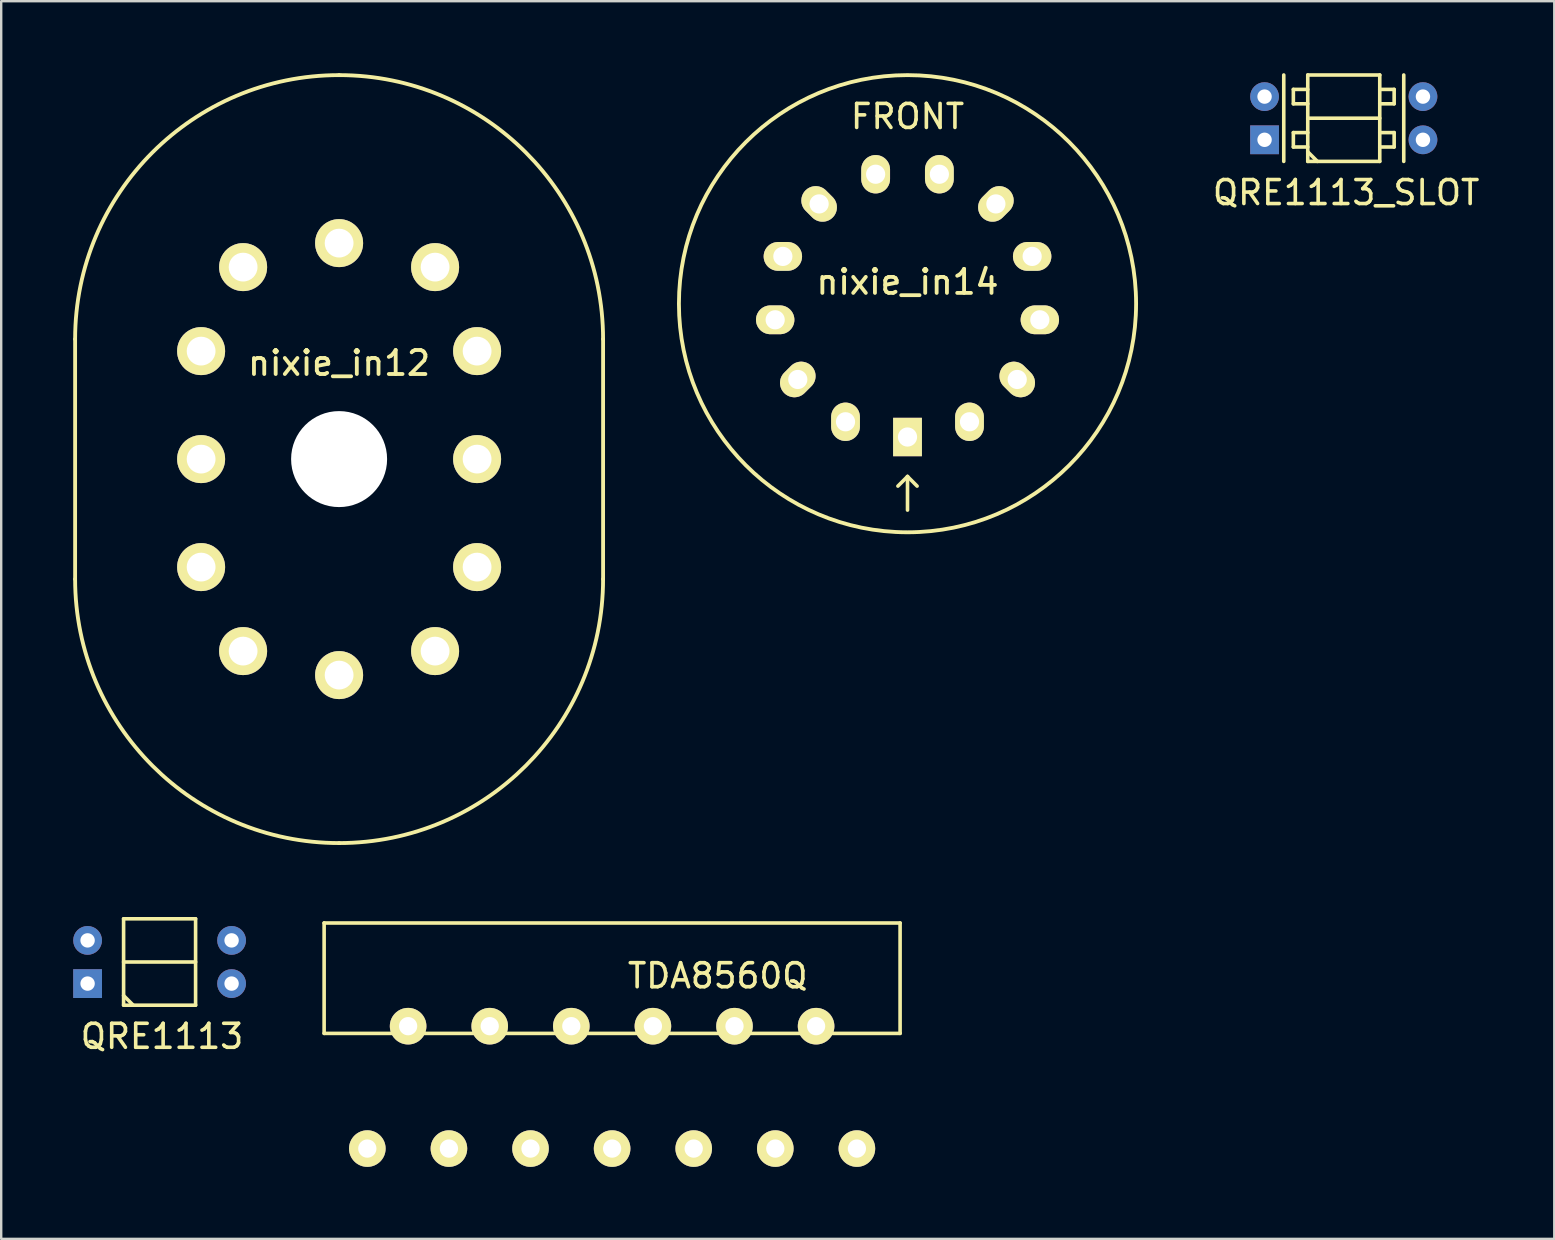
<source format=kicad_pcb>
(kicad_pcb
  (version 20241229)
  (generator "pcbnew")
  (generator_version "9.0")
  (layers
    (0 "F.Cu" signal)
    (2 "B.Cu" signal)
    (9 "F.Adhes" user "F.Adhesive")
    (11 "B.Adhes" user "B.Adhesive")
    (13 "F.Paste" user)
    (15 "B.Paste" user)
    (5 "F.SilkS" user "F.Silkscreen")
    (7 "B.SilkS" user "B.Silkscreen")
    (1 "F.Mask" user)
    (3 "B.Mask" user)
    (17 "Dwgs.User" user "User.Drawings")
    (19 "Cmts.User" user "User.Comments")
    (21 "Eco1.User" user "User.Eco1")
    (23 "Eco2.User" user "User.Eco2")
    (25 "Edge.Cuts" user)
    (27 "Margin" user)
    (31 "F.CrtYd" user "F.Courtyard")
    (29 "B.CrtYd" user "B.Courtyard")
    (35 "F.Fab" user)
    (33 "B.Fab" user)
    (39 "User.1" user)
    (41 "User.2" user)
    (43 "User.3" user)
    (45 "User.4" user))
  (footprint "nixie_in14"
    (layer "F.Cu")
    (at 34.765 9.605)
    (property "Reference" "nixie_in14" (at 0 -0.905 0) (layer "F.SilkS") (effects (font (size 1 1) (thickness 0.16))))
    (attr through_hole)
    (fp_line (start 0 7.2) (end -0.4 7.6) (stroke (width 0.15) (type solid)) (layer "F.SilkS"))
    (fp_line (start 0 7.2) (end 0.4 7.6) (stroke (width 0.15) (type solid)) (layer "F.SilkS"))
    (fp_line (start 0 8.6) (end 0 7.2) (stroke (width 0.15) (type solid)) (layer "F.SilkS"))
    (fp_circle (center 0 0) (end 9.525 0) (stroke (width 0.16) (type solid)) (fill no) (layer "F.SilkS"))
    (fp_text user "FRONT" (at 0 -7.8 0) (layer "F.SilkS") (effects (font (size 1 1) (thickness 0.15))))
    (pad "1" thru_hole rect (at 0 5.555) (size 1.2 1.6) (drill 0.8) (layers "*.Cu" "*.Mask" "F.SilkS"))
    (pad "2" thru_hole oval (at 2.583 4.92) (size 1.2 1.6) (drill 0.8) (layers "*.Cu" "*.Mask" "F.SilkS"))
    (pad "3" thru_hole oval (at 4.572 3.157 45) (size 1.2 1.6) (drill 0.8) (layers "*.Cu" "*.Mask" "F.SilkS"))
    (pad "4" thru_hole oval (at 5.514 0.671 90) (size 1.2 1.6) (drill 0.8) (layers "*.Cu" "*.Mask" "F.SilkS"))
    (pad "5" thru_hole oval (at 5.194 -1.971 90) (size 1.2 1.6) (drill 0.8) (layers "*.Cu" "*.Mask" "F.SilkS"))
    (pad "6" thru_hole oval (at 3.683 -4.158 135) (size 1.2 1.6) (drill 0.8) (layers "*.Cu" "*.Mask" "F.SilkS"))
    (pad "7" thru_hole oval (at 1.328 -5.395) (size 1.2 1.6) (drill 0.8) (layers "*.Cu" "*.Mask" "F.SilkS"))
    (pad "8" thru_hole oval (at -1.328 -5.395) (size 1.2 1.6) (drill 0.8) (layers "*.Cu" "*.Mask" "F.SilkS"))
    (pad "9" thru_hole oval (at -3.683 -4.158 45) (size 1.2 1.6) (drill 0.8) (layers "*.Cu" "*.Mask" "F.SilkS"))
    (pad "10" thru_hole oval (at -5.194 -1.971 90) (size 1.2 1.6) (drill 0.8) (layers "*.Cu" "*.Mask" "F.SilkS"))
    (pad "11" thru_hole oval (at -5.514 0.671 90) (size 1.2 1.6) (drill 0.8) (layers "*.Cu" "*.Mask" "F.SilkS"))
    (pad "12" thru_hole oval (at -4.572 3.157 135) (size 1.2 1.6) (drill 0.8) (layers "*.Cu" "*.Mask" "F.SilkS"))
    (pad "13" thru_hole oval (at -2.583 4.92) (size 1.2 1.6) (drill 0.8) (layers "*.Cu" "*.Mask" "F.SilkS")))
  (footprint "QRE1113_SLOT"
    (layer "F.Cu")
    (at 52.943 1.875)
    (property "Reference" "QRE1113_SLOT" (at 0.1 3.1 0) (layer "F.SilkS") (effects (font (size 1 1) (thickness 0.15))))
    (attr through_hole)
    (fp_line (start -2.5 -1.8) (end -2.5 1.8) (stroke (width 0.15) (type solid)) (layer "F.SilkS"))
    (fp_line (start -2.1 -1.2) (end -2.1 -0.6) (stroke (width 0.15) (type solid)) (layer "F.SilkS"))
    (fp_line (start -2.1 -0.6) (end -1.5 -0.6) (stroke (width 0.15) (type solid)) (layer "F.SilkS"))
    (fp_line (start -2.1 0.6) (end -2.1 1.2) (stroke (width 0.15) (type solid)) (layer "F.SilkS"))
    (fp_line (start -2.1 1.2) (end -1.5 1.2) (stroke (width 0.15) (type solid)) (layer "F.SilkS"))
    (fp_line (start -1.5 -1.8) (end -1.5 1.8) (stroke (width 0.15) (type solid)) (layer "F.SilkS"))
    (fp_line (start -1.5 -1.2) (end -2.1 -1.2) (stroke (width 0.15) (type solid)) (layer "F.SilkS"))
    (fp_line (start -1.5 0) (end 1.5 0) (stroke (width 0.15) (type solid)) (layer "F.SilkS"))
    (fp_line (start -1.5 0.6) (end -2.1 0.6) (stroke (width 0.15) (type solid)) (layer "F.SilkS"))
    (fp_line (start -1.5 1.4) (end -1.1 1.8) (stroke (width 0.15) (type solid)) (layer "F.SilkS"))
    (fp_line (start -1.5 1.8) (end 1.5 1.8) (stroke (width 0.15) (type solid)) (layer "F.SilkS"))
    (fp_line (start 1.5 -1.8) (end -1.5 -1.8) (stroke (width 0.15) (type solid)) (layer "F.SilkS"))
    (fp_line (start 1.5 -1.2) (end 2.1 -1.2) (stroke (width 0.15) (type solid)) (layer "F.SilkS"))
    (fp_line (start 1.5 0.6) (end 2.1 0.6) (stroke (width 0.15) (type solid)) (layer "F.SilkS"))
    (fp_line (start 1.5 1.8) (end 1.5 -1.8) (stroke (width 0.15) (type solid)) (layer "F.SilkS"))
    (fp_line (start 2.1 -1.2) (end 2.1 -0.6) (stroke (width 0.15) (type solid)) (layer "F.SilkS"))
    (fp_line (start 2.1 -0.6) (end 1.5 -0.6) (stroke (width 0.15) (type solid)) (layer "F.SilkS"))
    (fp_line (start 2.1 0.6) (end 2.1 1.2) (stroke (width 0.15) (type solid)) (layer "F.SilkS"))
    (fp_line (start 2.1 1.2) (end 1.5 1.2) (stroke (width 0.15) (type solid)) (layer "F.SilkS"))
    (fp_line (start 2.5 -1.8) (end 2.5 1.8) (stroke (width 0.15) (type solid)) (layer "F.SilkS"))
    (pad "1" thru_hole rect (at -3.3 0.9) (size 1.2 1.2) (drill 0.6) (layers "*.Cu" "*.Mask"))
    (pad "2" thru_hole circle (at 3.3 0.9) (size 1.2 1.2) (drill 0.6) (layers "*.Cu" "*.Mask"))
    (pad "3" thru_hole circle (at 3.3 -0.9) (size 1.2 1.2) (drill 0.6) (layers "*.Cu" "*.Mask"))
    (pad "4" thru_hole circle (at -3.3 -0.9) (size 1.2 1.2) (drill 0.6) (layers "*.Cu" "*.Mask")))
  (footprint "QRE1113"
    (layer "F.Cu")
    (at 1.1 37.935)
    (property "Reference" "QRE1113" (at 2.6 2.2 0) (layer "F.SilkS") (effects (font (size 1 1) (thickness 0.15))))
    (attr through_hole)
    (fp_line (start 1 -2.7) (end 1 0.9) (stroke (width 0.15) (type solid)) (layer "F.SilkS"))
    (fp_line (start 1 -0.9) (end 4 -0.9) (stroke (width 0.15) (type solid)) (layer "F.SilkS"))
    (fp_line (start 1 0.5) (end 1.4 0.9) (stroke (width 0.15) (type solid)) (layer "F.SilkS"))
    (fp_line (start 1 0.9) (end 4 0.9) (stroke (width 0.15) (type solid)) (layer "F.SilkS"))
    (fp_line (start 4 -2.7) (end 1 -2.7) (stroke (width 0.15) (type solid)) (layer "F.SilkS"))
    (fp_line (start 4 0.9) (end 4 -2.7) (stroke (width 0.15) (type solid)) (layer "F.SilkS"))
    (pad "1" thru_hole rect (at -0.5 0) (size 1.2 1.2) (drill 0.6) (layers "*.Cu" "*.Mask"))
    (pad "2" thru_hole circle (at 5.5 0) (size 1.2 1.2) (drill 0.6) (layers "*.Cu" "*.Mask"))
    (pad "3" thru_hole circle (at 5.5 -1.8) (size 1.2 1.2) (drill 0.6) (layers "*.Cu" "*.Mask"))
    (pad "4" thru_hole circle (at -0.5 -1.8) (size 1.2 1.2) (drill 0.6) (layers "*.Cu" "*.Mask")))
  (footprint "TDA8560Q"
    (layer "F.Cu")
    (at 10.456 35.41)
    (property "Reference" "TDA8560Q" (at 16.4 2.2 0) (layer "F.SilkS") (effects (font (size 1 1) (thickness 0.15))))
    (attr through_hole)
    (fp_line (start 0 0) (end 0 4.6) (stroke (width 0.15) (type solid)) (layer "F.SilkS"))
    (fp_line (start 0 4.6) (end 24 4.6) (stroke (width 0.15) (type solid)) (layer "F.SilkS"))
    (fp_line (start 24 0) (end 0 0) (stroke (width 0.15) (type solid)) (layer "F.SilkS"))
    (fp_line (start 24 4.6) (end 24 0) (stroke (width 0.15) (type solid)) (layer "F.SilkS"))
    (pad "1" thru_hole circle (at 1.8 9.4) (size 1.524 1.524) (drill 0.762) (layers "*.Cu" "*.Mask" "F.SilkS"))
    (pad "2" thru_hole circle (at 3.5 4.3) (size 1.524 1.524) (drill 0.762) (layers "*.Cu" "*.Mask" "F.SilkS"))
    (pad "3" thru_hole circle (at 5.2 9.4) (size 1.524 1.524) (drill 0.762) (layers "*.Cu" "*.Mask" "F.SilkS"))
    (pad "4" thru_hole circle (at 6.9 4.3) (size 1.524 1.524) (drill 0.762) (layers "*.Cu" "*.Mask" "F.SilkS"))
    (pad "5" thru_hole circle (at 8.6 9.4) (size 1.524 1.524) (drill 0.762) (layers "*.Cu" "*.Mask" "F.SilkS"))
    (pad "6" thru_hole circle (at 10.3 4.3) (size 1.524 1.524) (drill 0.762) (layers "*.Cu" "*.Mask" "F.SilkS"))
    (pad "7" thru_hole circle (at 12 9.4) (size 1.524 1.524) (drill 0.762) (layers "*.Cu" "*.Mask" "F.SilkS"))
    (pad "8" thru_hole circle (at 13.7 4.3) (size 1.524 1.524) (drill 0.762) (layers "*.Cu" "*.Mask" "F.SilkS"))
    (pad "9" thru_hole circle (at 15.4 9.4) (size 1.524 1.524) (drill 0.762) (layers "*.Cu" "*.Mask" "F.SilkS"))
    (pad "10" thru_hole circle (at 17.1 4.3) (size 1.524 1.524) (drill 0.762) (layers "*.Cu" "*.Mask" "F.SilkS"))
    (pad "11" thru_hole circle (at 18.8 9.4) (size 1.524 1.524) (drill 0.762) (layers "*.Cu" "*.Mask" "F.SilkS"))
    (pad "12" thru_hole circle (at 20.5 4.3) (size 1.524 1.524) (drill 0.762) (layers "*.Cu" "*.Mask" "F.SilkS"))
    (pad "13" thru_hole circle (at 22.2 9.4) (size 1.524 1.524) (drill 0.762) (layers "*.Cu" "*.Mask" "F.SilkS")))
  (footprint "nixie_in12"
    (layer "F.Cu")
    (at 11.08 16.08)
    (property "Reference" "nixie_in12" (at 0 -4 0) (layer "F.SilkS") (effects (font (size 1 1) (thickness 0.16))))
    (attr through_hole)
    (fp_line (start -11 -5) (end -11 5) (stroke (width 0.16) (type solid)) (layer "F.SilkS"))
    (fp_line (start 11 -5) (end 11 5) (stroke (width 0.16) (type solid)) (layer "F.SilkS"))
    (fp_arc (start -11 -5) (mid -7.778175 -12.778175) (end 0 -16) (stroke (width 0.16) (type solid)) (layer "F.SilkS"))
    (fp_arc (start 0 -16) (mid 7.778175 -12.778175) (end 11 -5) (stroke (width 0.16) (type solid)) (layer "F.SilkS"))
    (fp_arc (start 0 16) (mid -7.778175 12.778175) (end -11 5) (stroke (width 0.16) (type solid)) (layer "F.SilkS"))
    (fp_arc (start 11 5) (mid 7.778175 12.778175) (end 0 16) (stroke (width 0.16) (type solid)) (layer "F.SilkS"))
    (pad "" np_thru_hole circle (at 0 0) (size 4 4) (drill 4) (layers "*.Cu" "*.Mask"))
    (pad "1" thru_hole circle (at 4 8) (size 2 2) (drill 1.2) (layers "*.Cu" "*.Mask" "F.SilkS"))
    (pad "2" thru_hole circle (at 5.75 4.5) (size 2 2) (drill 1.2) (layers "*.Cu" "*.Mask" "F.SilkS"))
    (pad "3" thru_hole circle (at 5.75 0) (size 2 2) (drill 1.2) (layers "*.Cu" "*.Mask" "F.SilkS"))
    (pad "4" thru_hole circle (at 5.75 -4.5) (size 2 2) (drill 1.2) (layers "*.Cu" "*.Mask" "F.SilkS"))
    (pad "5" thru_hole circle (at 4 -8) (size 2 2) (drill 1.2) (layers "*.Cu" "*.Mask" "F.SilkS"))
    (pad "6" thru_hole circle (at 0 -9) (size 2 2) (drill 1.2) (layers "*.Cu" "*.Mask" "F.SilkS"))
    (pad "7" thru_hole circle (at -4 -8) (size 2 2) (drill 1.2) (layers "*.Cu" "*.Mask" "F.SilkS"))
    (pad "8" thru_hole circle (at -5.75 -4.5) (size 2 2) (drill 1.2) (layers "*.Cu" "*.Mask" "F.SilkS"))
    (pad "9" thru_hole circle (at -5.75 0) (size 2 2) (drill 1.2) (layers "*.Cu" "*.Mask" "F.SilkS"))
    (pad "10" thru_hole circle (at -5.75 4.5) (size 2 2) (drill 1.2) (layers "*.Cu" "*.Mask" "F.SilkS"))
    (pad "11" thru_hole circle (at -4 8) (size 2 2) (drill 1.2) (layers "*.Cu" "*.Mask" "F.SilkS"))
    (pad "12" thru_hole circle (at 0 9) (size 2 2) (drill 1.2) (layers "*.Cu" "*.Mask" "F.SilkS")))
  (gr_rect
    (start -3 -3)
    (end 61.715 48.572)
    (stroke (width 0.1) (type default))
    (fill no)
    (layer "Edge.Cuts")))
</source>
